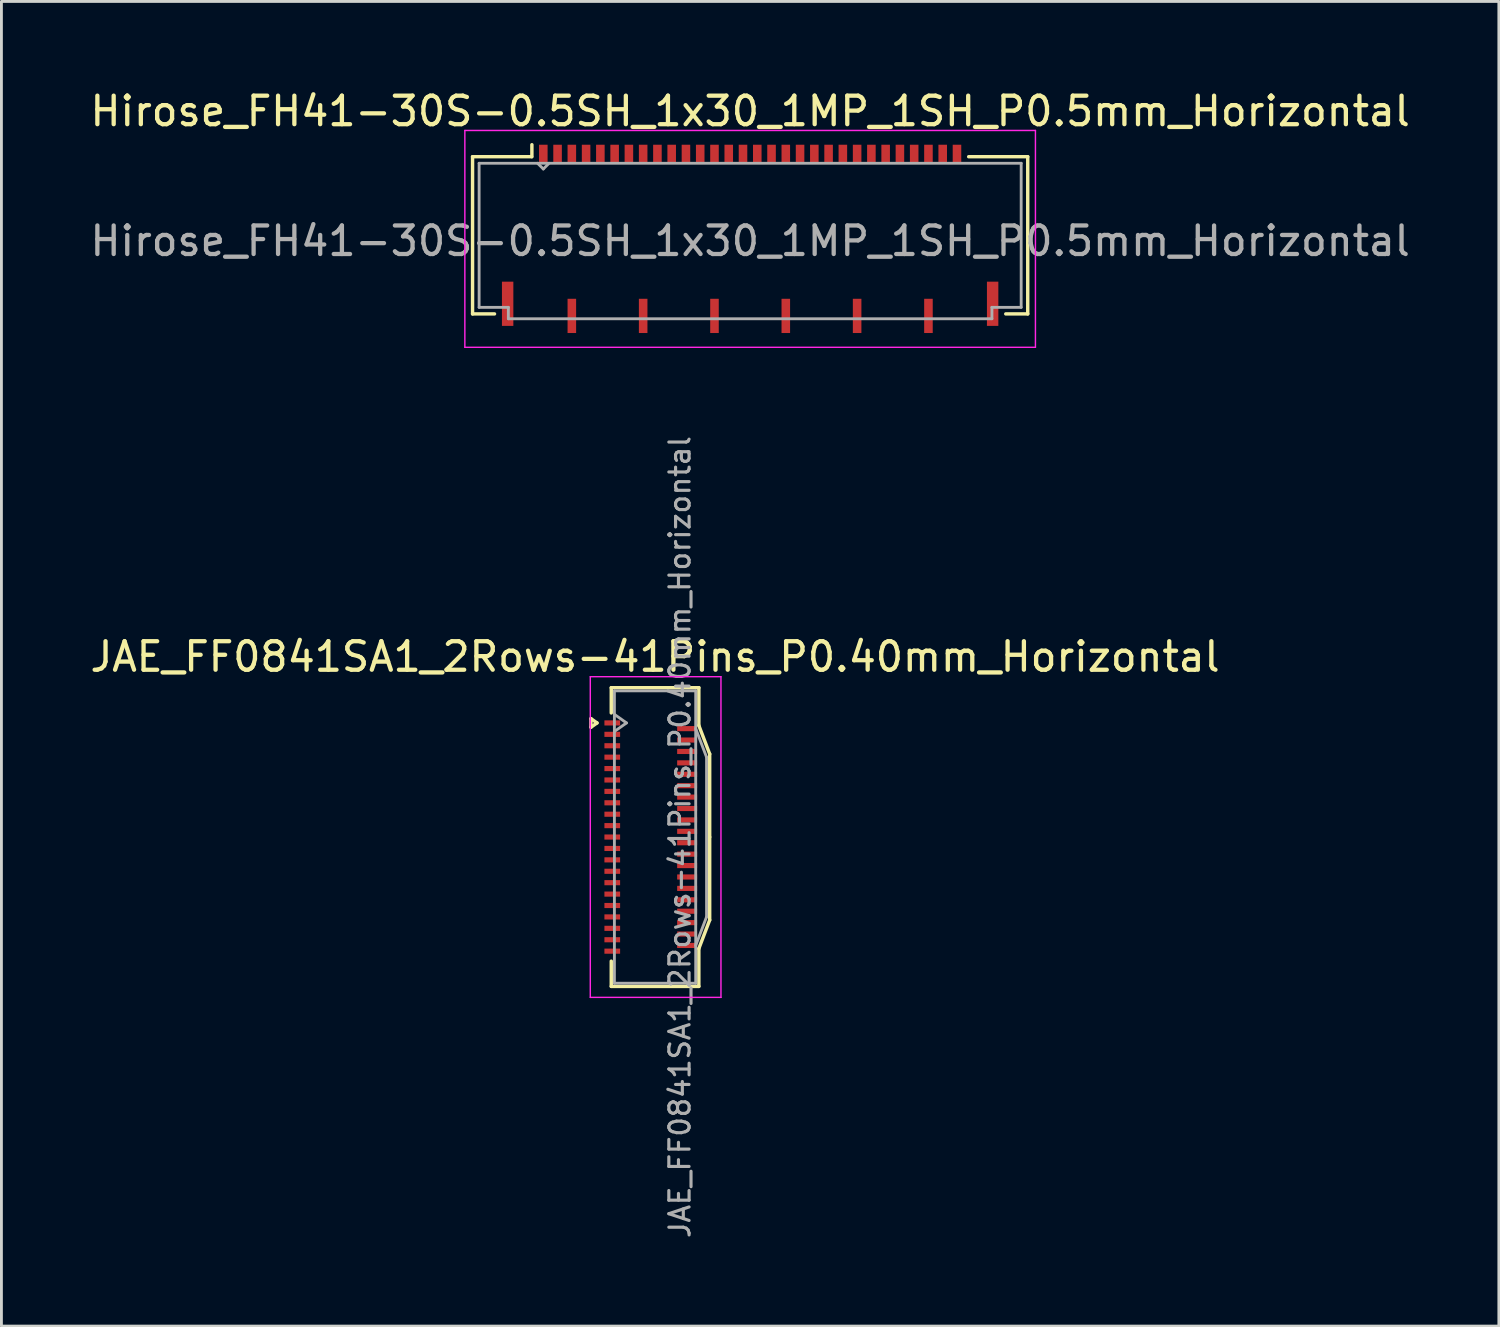
<source format=kicad_pcb>
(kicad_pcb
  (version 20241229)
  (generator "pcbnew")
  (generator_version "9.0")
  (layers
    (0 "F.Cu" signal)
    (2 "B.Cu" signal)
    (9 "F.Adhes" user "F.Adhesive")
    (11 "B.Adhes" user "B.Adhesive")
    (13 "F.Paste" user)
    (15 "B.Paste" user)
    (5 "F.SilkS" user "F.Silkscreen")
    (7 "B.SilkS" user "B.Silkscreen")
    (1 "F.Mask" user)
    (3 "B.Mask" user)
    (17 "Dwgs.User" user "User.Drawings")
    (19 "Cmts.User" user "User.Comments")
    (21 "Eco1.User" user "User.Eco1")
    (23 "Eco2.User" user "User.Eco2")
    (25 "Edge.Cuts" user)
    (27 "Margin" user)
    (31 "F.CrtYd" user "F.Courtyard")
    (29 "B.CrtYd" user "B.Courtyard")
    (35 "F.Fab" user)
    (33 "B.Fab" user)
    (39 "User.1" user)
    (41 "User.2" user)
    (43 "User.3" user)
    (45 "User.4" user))
  (footprint "JAE_FF0841SA1_2Rows-41Pins_P0.40mm_Horizontal"
    (layer "F.Cu")
    (at 19.761 26.29)
    (property "Reference" "JAE_FF0841SA1_2Rows-41Pins_P0.40mm_Horizontal" (at 0.15 -6.32 0) (layer "F.SilkS") (effects (font (size 1 1) (thickness 0.15))))
    (attr smd)
    (fp_line (start -2.097 -4.15) (end -1.885 -4) (stroke (width 0.12) (type solid)) (layer "F.SilkS"))
    (fp_line (start -2.097 -3.85) (end -2.097 -4.15) (stroke (width 0.12) (type solid)) (layer "F.SilkS"))
    (fp_line (start -1.885 -4) (end -2.097 -3.85) (stroke (width 0.12) (type solid)) (layer "F.SilkS"))
    (fp_line (start -1.385 -5.235) (end 1.685 -5.235) (stroke (width 0.12) (type solid)) (layer "F.SilkS"))
    (fp_line (start -1.385 -4.35) (end -1.385 -5.235) (stroke (width 0.12) (type solid)) (layer "F.SilkS"))
    (fp_line (start -1.385 4.35) (end -1.385 5.235) (stroke (width 0.12) (type solid)) (layer "F.SilkS"))
    (fp_line (start -1.385 5.235) (end 1.685 5.235) (stroke (width 0.12) (type solid)) (layer "F.SilkS"))
    (fp_line (start 1.685 -5.235) (end 1.685 -3.91) (stroke (width 0.12) (type solid)) (layer "F.SilkS"))
    (fp_line (start 1.685 -3.91) (end 2.065 -2.91) (stroke (width 0.12) (type solid)) (layer "F.SilkS"))
    (fp_line (start 1.685 3.91) (end 2.065 2.91) (stroke (width 0.12) (type solid)) (layer "F.SilkS"))
    (fp_line (start 1.685 5.235) (end 1.685 3.91) (stroke (width 0.12) (type solid)) (layer "F.SilkS"))
    (fp_line (start 2.065 -2.91) (end 2.065 0) (stroke (width 0.12) (type solid)) (layer "F.SilkS"))
    (fp_line (start 2.065 2.91) (end 2.065 0) (stroke (width 0.12) (type solid)) (layer "F.SilkS"))
    (fp_line (start -2.12 -5.62) (end -2.12 5.62) (stroke (width 0.05) (type solid)) (layer "F.CrtYd"))
    (fp_line (start -2.12 5.62) (end 2.46 5.62) (stroke (width 0.05) (type solid)) (layer "F.CrtYd"))
    (fp_line (start 2.46 -5.62) (end -2.12 -5.62) (stroke (width 0.05) (type solid)) (layer "F.CrtYd"))
    (fp_line (start 2.46 5.62) (end 2.46 -5.62) (stroke (width 0.05) (type solid)) (layer "F.CrtYd"))
    (fp_line (start -1.275 -5.125) (end -1.275 5.125) (stroke (width 0.1) (type solid)) (layer "F.Fab"))
    (fp_line (start -1.275 -4.3) (end -0.851 -4) (stroke (width 0.1) (type solid)) (layer "F.Fab"))
    (fp_line (start -1.275 5.125) (end 1.575 5.125) (stroke (width 0.1) (type solid)) (layer "F.Fab"))
    (fp_line (start -0.851 -4) (end -1.275 -3.7) (stroke (width 0.1) (type solid)) (layer "F.Fab"))
    (fp_line (start 1.575 -5.125) (end -1.275 -5.125) (stroke (width 0.1) (type solid)) (layer "F.Fab"))
    (fp_line (start 1.575 -3.8) (end 1.955 -2.8) (stroke (width 0.1) (type solid)) (layer "F.Fab"))
    (fp_line (start 1.575 5.125) (end 1.575 -5.125) (stroke (width 0.1) (type solid)) (layer "F.Fab"))
    (fp_line (start 1.955 -2.8) (end 1.955 2.8) (stroke (width 0.1) (type solid)) (layer "F.Fab"))
    (fp_line (start 1.955 2.8) (end 1.575 3.8) (stroke (width 0.1) (type solid)) (layer "F.Fab"))
    (fp_text user "${REFERENCE}" (at 1.02 0 90) (layer "F.Fab") (effects (font (size 0.71 0.71) (thickness 0.11))))
    (pad "1" smd rect (at -1.35 -4) (size 0.55 0.18) (layers "F.Cu" "F.Mask" "F.Paste"))
    (pad "2" smd rect (at 1.275 -3.8) (size 0.7 0.18) (layers "F.Cu" "F.Mask" "F.Paste"))
    (pad "3" smd rect (at -1.35 -3.6) (size 0.55 0.18) (layers "F.Cu" "F.Mask" "F.Paste"))
    (pad "4" smd rect (at 1.275 -3.4) (size 0.7 0.18) (layers "F.Cu" "F.Mask" "F.Paste"))
    (pad "5" smd rect (at -1.35 -3.2) (size 0.55 0.18) (layers "F.Cu" "F.Mask" "F.Paste"))
    (pad "6" smd rect (at 1.275 -3) (size 0.7 0.18) (layers "F.Cu" "F.Mask" "F.Paste"))
    (pad "7" smd rect (at -1.35 -2.8) (size 0.55 0.18) (layers "F.Cu" "F.Mask" "F.Paste"))
    (pad "8" smd rect (at 1.275 -2.6) (size 0.7 0.18) (layers "F.Cu" "F.Mask" "F.Paste"))
    (pad "9" smd rect (at -1.35 -2.4) (size 0.55 0.18) (layers "F.Cu" "F.Mask" "F.Paste"))
    (pad "10" smd rect (at 1.275 -2.2) (size 0.7 0.18) (layers "F.Cu" "F.Mask" "F.Paste"))
    (pad "11" smd rect (at -1.35 -2) (size 0.55 0.18) (layers "F.Cu" "F.Mask" "F.Paste"))
    (pad "12" smd rect (at 1.275 -1.8) (size 0.7 0.18) (layers "F.Cu" "F.Mask" "F.Paste"))
    (pad "13" smd rect (at -1.35 -1.6) (size 0.55 0.18) (layers "F.Cu" "F.Mask" "F.Paste"))
    (pad "14" smd rect (at 1.275 -1.4) (size 0.7 0.18) (layers "F.Cu" "F.Mask" "F.Paste"))
    (pad "15" smd rect (at -1.35 -1.2) (size 0.55 0.18) (layers "F.Cu" "F.Mask" "F.Paste"))
    (pad "16" smd rect (at 1.275 -1) (size 0.7 0.18) (layers "F.Cu" "F.Mask" "F.Paste"))
    (pad "17" smd rect (at -1.35 -0.8) (size 0.55 0.18) (layers "F.Cu" "F.Mask" "F.Paste"))
    (pad "18" smd rect (at 1.275 -0.6) (size 0.7 0.18) (layers "F.Cu" "F.Mask" "F.Paste"))
    (pad "19" smd rect (at -1.35 -0.4) (size 0.55 0.18) (layers "F.Cu" "F.Mask" "F.Paste"))
    (pad "20" smd rect (at 1.275 -0.2) (size 0.7 0.18) (layers "F.Cu" "F.Mask" "F.Paste"))
    (pad "21" smd rect (at -1.35 0) (size 0.55 0.18) (layers "F.Cu" "F.Mask" "F.Paste"))
    (pad "22" smd rect (at 1.275 0.2) (size 0.7 0.18) (layers "F.Cu" "F.Mask" "F.Paste"))
    (pad "23" smd rect (at -1.35 0.4) (size 0.55 0.18) (layers "F.Cu" "F.Mask" "F.Paste"))
    (pad "24" smd rect (at 1.275 0.6) (size 0.7 0.18) (layers "F.Cu" "F.Mask" "F.Paste"))
    (pad "25" smd rect (at -1.35 0.8) (size 0.55 0.18) (layers "F.Cu" "F.Mask" "F.Paste"))
    (pad "26" smd rect (at 1.275 1) (size 0.7 0.18) (layers "F.Cu" "F.Mask" "F.Paste"))
    (pad "27" smd rect (at -1.35 1.2) (size 0.55 0.18) (layers "F.Cu" "F.Mask" "F.Paste"))
    (pad "28" smd rect (at 1.275 1.4) (size 0.7 0.18) (layers "F.Cu" "F.Mask" "F.Paste"))
    (pad "29" smd rect (at -1.35 1.6) (size 0.55 0.18) (layers "F.Cu" "F.Mask" "F.Paste"))
    (pad "30" smd rect (at 1.275 1.8) (size 0.7 0.18) (layers "F.Cu" "F.Mask" "F.Paste"))
    (pad "31" smd rect (at -1.35 2) (size 0.55 0.18) (layers "F.Cu" "F.Mask" "F.Paste"))
    (pad "32" smd rect (at 1.275 2.2) (size 0.7 0.18) (layers "F.Cu" "F.Mask" "F.Paste"))
    (pad "33" smd rect (at -1.35 2.4) (size 0.55 0.18) (layers "F.Cu" "F.Mask" "F.Paste"))
    (pad "34" smd rect (at 1.275 2.6) (size 0.7 0.18) (layers "F.Cu" "F.Mask" "F.Paste"))
    (pad "35" smd rect (at -1.35 2.8) (size 0.55 0.18) (layers "F.Cu" "F.Mask" "F.Paste"))
    (pad "36" smd rect (at 1.275 3) (size 0.7 0.18) (layers "F.Cu" "F.Mask" "F.Paste"))
    (pad "37" smd rect (at -1.35 3.2) (size 0.55 0.18) (layers "F.Cu" "F.Mask" "F.Paste"))
    (pad "38" smd rect (at 1.275 3.4) (size 0.7 0.18) (layers "F.Cu" "F.Mask" "F.Paste"))
    (pad "39" smd rect (at -1.35 3.6) (size 0.55 0.18) (layers "F.Cu" "F.Mask" "F.Paste"))
    (pad "40" smd rect (at 1.275 3.8) (size 0.7 0.18) (layers "F.Cu" "F.Mask" "F.Paste"))
    (pad "41" smd rect (at -1.35 4) (size 0.55 0.18) (layers "F.Cu" "F.Mask" "F.Paste")))
  (footprint "Hirose_FH41-30S-0.5SH_1x30_1MP_1SH_P0.5mm_Horizontal"
    (layer "F.Cu")
    (at 23.244 5.323)
    (property "Reference" "Hirose_FH41-30S-0.5SH_1x30_1MP_1SH_P0.5mm_Horizontal" (at 0 -4.475 0) (layer "F.SilkS") (effects (font (size 1 1) (thickness 0.15))))
    (attr smd)
    (fp_line (start -9.73 -2.88) (end -9.73 2.63) (stroke (width 0.12) (type solid)) (layer "F.SilkS"))
    (fp_line (start -9.73 2.63) (end -8.96 2.63) (stroke (width 0.12) (type solid)) (layer "F.SilkS"))
    (fp_line (start -7.66 -2.88) (end -9.73 -2.88) (stroke (width 0.12) (type solid)) (layer "F.SilkS"))
    (fp_line (start -7.65 -2.88) (end -7.65 -3.3) (stroke (width 0.12) (type solid)) (layer "F.SilkS"))
    (fp_line (start 7.66 -2.88) (end 9.73 -2.88) (stroke (width 0.12) (type solid)) (layer "F.SilkS"))
    (fp_line (start 9.73 -2.88) (end 9.73 2.63) (stroke (width 0.12) (type solid)) (layer "F.SilkS"))
    (fp_line (start 9.73 2.63) (end 8.96 2.63) (stroke (width 0.12) (type solid)) (layer "F.SilkS"))
    (fp_line (start -10 -3.8) (end -10 3.8) (stroke (width 0.05) (type solid)) (layer "F.CrtYd"))
    (fp_line (start -10 -3.8) (end 10 -3.8) (stroke (width 0.05) (type solid)) (layer "F.CrtYd"))
    (fp_line (start -10 3.8) (end 10 3.8) (stroke (width 0.05) (type solid)) (layer "F.CrtYd"))
    (fp_line (start 10 -3.8) (end 10 3.8) (stroke (width 0.05) (type solid)) (layer "F.CrtYd"))
    (fp_line (start -9.5 -2.65) (end 9.5 -2.65) (stroke (width 0.1) (type solid)) (layer "F.Fab"))
    (fp_line (start -9.5 2.4) (end -9.5 -2.65) (stroke (width 0.1) (type solid)) (layer "F.Fab"))
    (fp_line (start -8.475 2.4) (end -9.5 2.4) (stroke (width 0.1) (type solid)) (layer "F.Fab"))
    (fp_line (start -8.475 2.8) (end -8.475 2.4) (stroke (width 0.1) (type solid)) (layer "F.Fab"))
    (fp_line (start -7.45 -2.65) (end -7.25 -2.45) (stroke (width 0.1) (type solid)) (layer "F.Fab"))
    (fp_line (start -7.25 -2.45) (end -7.05 -2.65) (stroke (width 0.1) (type solid)) (layer "F.Fab"))
    (fp_line (start 8.475 2.4) (end 8.475 2.8) (stroke (width 0.1) (type solid)) (layer "F.Fab"))
    (fp_line (start 8.475 2.8) (end -8.475 2.8) (stroke (width 0.1) (type solid)) (layer "F.Fab"))
    (fp_line (start 9.5 -2.65) (end 9.5 2.4) (stroke (width 0.1) (type solid)) (layer "F.Fab"))
    (fp_line (start 9.5 2.4) (end 8.475 2.4) (stroke (width 0.1) (type solid)) (layer "F.Fab"))
    (fp_text user "${REFERENCE}" (at 0 0.075 0) (layer "F.Fab") (effects (font (size 1 1) (thickness 0.15))))
    (pad "1" smd rect (at -7.25 -2.975) (size 0.3 0.65) (layers "F.Cu" "F.Mask" "F.Paste"))
    (pad "2" smd rect (at -6.75 -2.975) (size 0.3 0.65) (layers "F.Cu" "F.Mask" "F.Paste"))
    (pad "3" smd rect (at -6.25 -2.975) (size 0.3 0.65) (layers "F.Cu" "F.Mask" "F.Paste"))
    (pad "4" smd rect (at -5.75 -2.975) (size 0.3 0.65) (layers "F.Cu" "F.Mask" "F.Paste"))
    (pad "5" smd rect (at -5.25 -2.975) (size 0.3 0.65) (layers "F.Cu" "F.Mask" "F.Paste"))
    (pad "6" smd rect (at -4.75 -2.975) (size 0.3 0.65) (layers "F.Cu" "F.Mask" "F.Paste"))
    (pad "7" smd rect (at -4.25 -2.975) (size 0.3 0.65) (layers "F.Cu" "F.Mask" "F.Paste"))
    (pad "8" smd rect (at -3.75 -2.975) (size 0.3 0.65) (layers "F.Cu" "F.Mask" "F.Paste"))
    (pad "9" smd rect (at -3.25 -2.975) (size 0.3 0.65) (layers "F.Cu" "F.Mask" "F.Paste"))
    (pad "10" smd rect (at -2.75 -2.975) (size 0.3 0.65) (layers "F.Cu" "F.Mask" "F.Paste"))
    (pad "11" smd rect (at -2.25 -2.975) (size 0.3 0.65) (layers "F.Cu" "F.Mask" "F.Paste"))
    (pad "12" smd rect (at -1.75 -2.975) (size 0.3 0.65) (layers "F.Cu" "F.Mask" "F.Paste"))
    (pad "13" smd rect (at -1.25 -2.975) (size 0.3 0.65) (layers "F.Cu" "F.Mask" "F.Paste"))
    (pad "14" smd rect (at -0.75 -2.975) (size 0.3 0.65) (layers "F.Cu" "F.Mask" "F.Paste"))
    (pad "15" smd rect (at -0.25 -2.975) (size 0.3 0.65) (layers "F.Cu" "F.Mask" "F.Paste"))
    (pad "16" smd rect (at 0.25 -2.975) (size 0.3 0.65) (layers "F.Cu" "F.Mask" "F.Paste"))
    (pad "17" smd rect (at 0.75 -2.975) (size 0.3 0.65) (layers "F.Cu" "F.Mask" "F.Paste"))
    (pad "18" smd rect (at 1.25 -2.975) (size 0.3 0.65) (layers "F.Cu" "F.Mask" "F.Paste"))
    (pad "19" smd rect (at 1.75 -2.975) (size 0.3 0.65) (layers "F.Cu" "F.Mask" "F.Paste"))
    (pad "20" smd rect (at 2.25 -2.975) (size 0.3 0.65) (layers "F.Cu" "F.Mask" "F.Paste"))
    (pad "21" smd rect (at 2.75 -2.975) (size 0.3 0.65) (layers "F.Cu" "F.Mask" "F.Paste"))
    (pad "22" smd rect (at 3.25 -2.975) (size 0.3 0.65) (layers "F.Cu" "F.Mask" "F.Paste"))
    (pad "23" smd rect (at 3.75 -2.975) (size 0.3 0.65) (layers "F.Cu" "F.Mask" "F.Paste"))
    (pad "24" smd rect (at 4.25 -2.975) (size 0.3 0.65) (layers "F.Cu" "F.Mask" "F.Paste"))
    (pad "25" smd rect (at 4.75 -2.975) (size 0.3 0.65) (layers "F.Cu" "F.Mask" "F.Paste"))
    (pad "26" smd rect (at 5.25 -2.975) (size 0.3 0.65) (layers "F.Cu" "F.Mask" "F.Paste"))
    (pad "27" smd rect (at 5.75 -2.975) (size 0.3 0.65) (layers "F.Cu" "F.Mask" "F.Paste"))
    (pad "28" smd rect (at 6.25 -2.975) (size 0.3 0.65) (layers "F.Cu" "F.Mask" "F.Paste"))
    (pad "29" smd rect (at 6.75 -2.975) (size 0.3 0.65) (layers "F.Cu" "F.Mask" "F.Paste"))
    (pad "30" smd rect (at 7.25 -2.975) (size 0.3 0.65) (layers "F.Cu" "F.Mask" "F.Paste"))
    (pad "MP" smd rect (at -8.5 2.275) (size 0.4 1.55) (layers "F.Cu" "F.Mask" "F.Paste"))
    (pad "MP" smd rect (at 8.5 2.275) (size 0.4 1.55) (layers "F.Cu" "F.Mask" "F.Paste"))
    (pad "SH" smd rect (at -6.25 2.7) (size 0.3 1.2) (layers "F.Cu" "F.Mask" "F.Paste"))
    (pad "SH" smd rect (at -3.75 2.7) (size 0.3 1.2) (layers "F.Cu" "F.Mask" "F.Paste"))
    (pad "SH" smd rect (at -1.25 2.7) (size 0.3 1.2) (layers "F.Cu" "F.Mask" "F.Paste"))
    (pad "SH" smd rect (at 1.25 2.7) (size 0.3 1.2) (layers "F.Cu" "F.Mask" "F.Paste"))
    (pad "SH" smd rect (at 3.75 2.7) (size 0.3 1.2) (layers "F.Cu" "F.Mask" "F.Paste"))
    (pad "SH" smd rect (at 6.25 2.7) (size 0.3 1.2) (layers "F.Cu" "F.Mask" "F.Paste")))
  (gr_rect
    (start -3 -3)
    (end 49.488 43.432)
    (stroke (width 0.1) (type default))
    (fill no)
    (layer "Edge.Cuts")))
</source>
